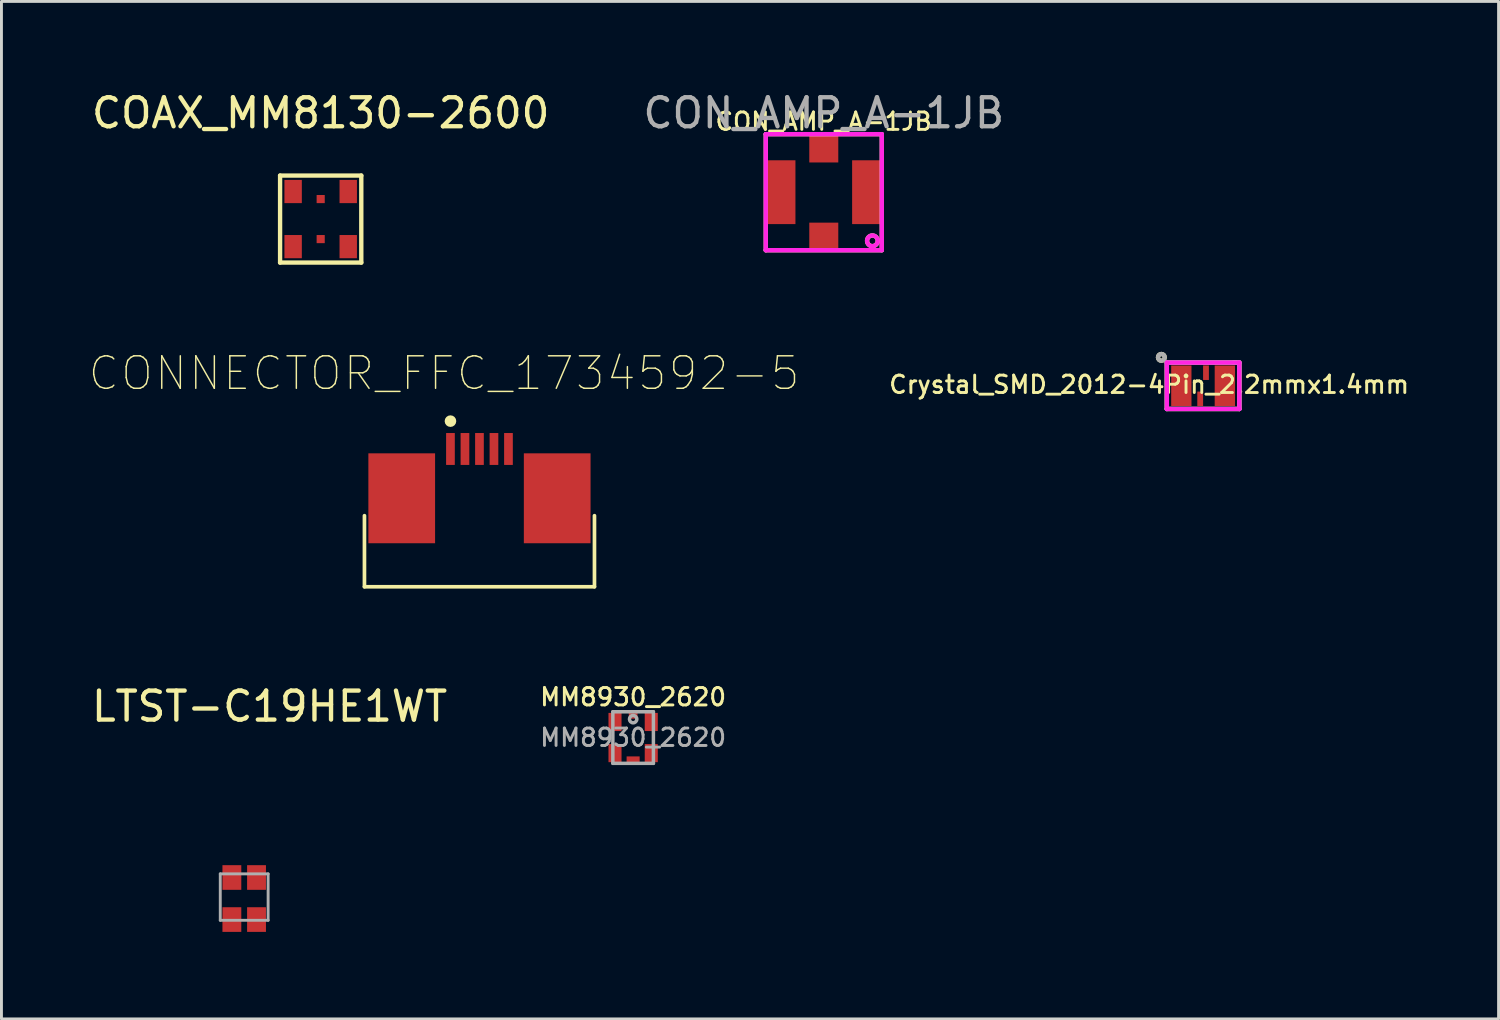
<source format=kicad_pcb>
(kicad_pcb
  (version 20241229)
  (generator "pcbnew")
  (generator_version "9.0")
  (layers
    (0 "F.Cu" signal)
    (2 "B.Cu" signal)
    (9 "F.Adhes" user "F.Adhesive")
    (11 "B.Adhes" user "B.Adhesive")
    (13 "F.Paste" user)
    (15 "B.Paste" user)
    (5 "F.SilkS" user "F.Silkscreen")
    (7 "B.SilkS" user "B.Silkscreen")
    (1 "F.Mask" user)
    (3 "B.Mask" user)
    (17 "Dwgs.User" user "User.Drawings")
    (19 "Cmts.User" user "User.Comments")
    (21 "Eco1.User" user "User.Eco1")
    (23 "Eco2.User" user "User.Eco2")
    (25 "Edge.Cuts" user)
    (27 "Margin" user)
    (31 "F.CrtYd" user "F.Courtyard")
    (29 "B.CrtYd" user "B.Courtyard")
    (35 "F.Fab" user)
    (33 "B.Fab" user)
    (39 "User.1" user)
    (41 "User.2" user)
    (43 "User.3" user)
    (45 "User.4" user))
  (footprint "COAX_MM8130-2600"
    (layer "F.Cu")
    (at 8.006 4.478)
    (property "Reference" "COAX_MM8130-2600" (at 0 -3.63 0) (layer "F.SilkS") (effects (font (size 1 1) (thickness 0.15))))
    (attr through_hole)
    (fp_line (start -1.4 -1.475) (end 1.4 -1.475) (stroke (width 0.15) (type solid)) (layer "F.SilkS"))
    (fp_line (start -1.4 1.525) (end -1.4 -1.475) (stroke (width 0.15) (type solid)) (layer "F.SilkS"))
    (fp_line (start 1.4 -1.475) (end 1.4 1.525) (stroke (width 0.15) (type solid)) (layer "F.SilkS"))
    (fp_line (start 1.4 1.525) (end -1.4 1.525) (stroke (width 0.15) (type solid)) (layer "F.SilkS"))
    (pad "1" smd rect (at 0 -0.665) (size 0.28 0.28) (layers "F.Cu" "F.Mask" "F.Paste"))
    (pad "2" smd rect (at 0 0.715) (size 0.28 0.28) (layers "F.Cu" "F.Mask" "F.Paste"))
    (pad "3" smd rect (at -0.95 -0.925) (size 0.6 0.8) (layers "F.Cu" "F.Mask" "F.Paste"))
    (pad "3" smd rect (at -0.95 0.975) (size 0.6 0.8) (layers "F.Cu" "F.Mask" "F.Paste"))
    (pad "3" smd rect (at 0.95 -0.925) (size 0.6 0.8) (layers "F.Cu" "F.Mask" "F.Paste"))
    (pad "3" smd rect (at 0.95 0.975) (size 0.6 0.8) (layers "F.Cu" "F.Mask" "F.Paste")))
  (footprint "CONNECTOR_FFC_1734592-5"
    (layer "F.Cu")
    (at 13.48 14.979)
    (property "Reference" "CONNECTOR_FFC_1734592-5" (at -1.22 -5.158 0) (layer "F.SilkS") (effects (font (size 1.12 1.12) (thickness 0.05))))
    (attr smd)
    (fp_line (start -3.965 2.2) (end -3.965 -0.25) (stroke (width 0.127) (type solid)) (layer "F.SilkS"))
    (fp_line (start -3.965 2.2) (end 3.965 2.2) (stroke (width 0.127) (type solid)) (layer "F.SilkS"))
    (fp_line (start 3.965 2.2) (end 3.965 -0.25) (stroke (width 0.127) (type solid)) (layer "F.SilkS"))
    (fp_circle (center -1 -3.51) (end -0.9 -3.51) (stroke (width 0.2) (type solid)) (fill no) (layer "F.SilkS"))
    (fp_line (start -4.215 -2.65) (end -1.4 -2.65) (stroke (width 0.05) (type solid)) (layer "Eco1.User"))
    (fp_line (start -4.215 2.45) (end -4.215 -2.65) (stroke (width 0.05) (type solid)) (layer "Eco1.User"))
    (fp_line (start -1.4 -3.35) (end 1.4 -3.35) (stroke (width 0.05) (type solid)) (layer "Eco1.User"))
    (fp_line (start -1.4 -2.65) (end -1.4 -3.35) (stroke (width 0.05) (type solid)) (layer "Eco1.User"))
    (fp_line (start 1.4 -3.35) (end 1.4 -2.65) (stroke (width 0.05) (type solid)) (layer "Eco1.User"))
    (fp_line (start 1.4 -2.65) (end 4.215 -2.65) (stroke (width 0.05) (type solid)) (layer "Eco1.User"))
    (fp_line (start 4.215 -2.65) (end 4.215 2.45) (stroke (width 0.05) (type solid)) (layer "Eco1.User"))
    (fp_line (start 4.215 2.45) (end -4.215 2.45) (stroke (width 0.05) (type solid)) (layer "Eco1.User"))
    (fp_line (start -3.965 0.6) (end -3.31 0.6) (stroke (width 0.127) (type solid)) (layer "Eco2.User"))
    (fp_line (start -3.965 2.2) (end -3.965 0.6) (stroke (width 0.127) (type solid)) (layer "Eco2.User"))
    (fp_line (start -3.31 -2.2) (end 3.31 -2.2) (stroke (width 0.127) (type solid)) (layer "Eco2.User"))
    (fp_line (start -3.31 0.6) (end -3.31 -2.2) (stroke (width 0.127) (type solid)) (layer "Eco2.User"))
    (fp_line (start 3.31 -2.2) (end 3.31 0.6) (stroke (width 0.127) (type solid)) (layer "Eco2.User"))
    (fp_line (start 3.31 0.6) (end 3.965 0.6) (stroke (width 0.127) (type solid)) (layer "Eco2.User"))
    (fp_line (start 3.965 0.6) (end 3.965 2.2) (stroke (width 0.127) (type solid)) (layer "Eco2.User"))
    (fp_line (start 3.965 2.2) (end -3.965 2.2) (stroke (width 0.127) (type solid)) (layer "Eco2.User"))
    (pad "1" smd rect (at -1 -2.55 90) (size 1.1 0.3) (layers "F.Cu" "F.Mask" "F.Paste"))
    (pad "2" smd rect (at -0.5 -2.55 90) (size 1.1 0.3) (layers "F.Cu" "F.Mask" "F.Paste"))
    (pad "3" smd rect (at 0 -2.55 90) (size 1.1 0.3) (layers "F.Cu" "F.Mask" "F.Paste"))
    (pad "4" smd rect (at 0.5 -2.55 90) (size 1.1 0.3) (layers "F.Cu" "F.Mask" "F.Paste"))
    (pad "5" smd rect (at 1 -2.55 90) (size 1.1 0.3) (layers "F.Cu" "F.Mask" "F.Paste"))
    (pad "S1" smd rect (at -2.68 -0.85 90) (size 3.1 2.3) (layers "F.Cu" "F.Mask" "F.Paste"))
    (pad "S1" smd rect (at 2.68 -0.85 90) (size 3.1 2.3) (layers "F.Cu" "F.Mask" "F.Paste")))
  (footprint "CON_AMP_A-1JB"
    (layer "F.Cu")
    (at 25.351 3.576)
    (property "Reference" "CON_AMP_A-1JB" (at 0 -2.438 0) (layer "F.SilkS") (effects (font (size 0.6 0.6) (thickness 0.1))))
    (attr smd)
    (fp_line (start -2 -2) (end 2 -2) (stroke (width 0.15) (type solid)) (layer "F.SilkS"))
    (fp_line (start -2 2) (end -2 -2) (stroke (width 0.15) (type solid)) (layer "F.SilkS"))
    (fp_line (start 2 -2) (end 2 2) (stroke (width 0.15) (type solid)) (layer "F.SilkS"))
    (fp_line (start 2 2) (end -2 2) (stroke (width 0.15) (type solid)) (layer "F.SilkS"))
    (fp_circle (center 1.676 1.676) (end 1.829 1.778) (stroke (width 0.15) (type solid)) (fill no) (layer "F.SilkS"))
    (fp_line (start -2 -2) (end 2 -2) (stroke (width 0.15) (type solid)) (layer "F.CrtYd"))
    (fp_line (start -2 2) (end -2 -2) (stroke (width 0.15) (type solid)) (layer "F.CrtYd"))
    (fp_line (start 2 -2) (end 2 2) (stroke (width 0.15) (type solid)) (layer "F.CrtYd"))
    (fp_line (start 2 2) (end -2 2) (stroke (width 0.15) (type solid)) (layer "F.CrtYd"))
    (fp_circle (center 1.676 1.676) (end 1.86 1.676) (stroke (width 0.15) (type solid)) (fill no) (layer "F.CrtYd"))
    (fp_text user "${REFERENCE}" (at 0 -2.728 0) (layer "F.Fab") (effects (font (size 1 1) (thickness 0.15))))
    (pad "1" smd rect (at 0 1.55) (size 1 1) (layers "F.Cu" "F.Mask" "F.Paste"))
    (pad "2" smd rect (at -1.502 0) (size 1.05 2.2) (layers "F.Cu" "F.Mask" "F.Paste"))
    (pad "2" smd rect (at 0 -1.55) (size 1 1.05) (layers "F.Cu" "F.Mask" "F.Paste"))
    (pad "2" smd rect (at 1.502 0) (size 1.05 2.2) (layers "F.Cu" "F.Mask" "F.Paste")))
  (footprint "LTST-C19HE1WT"
    (layer "F.Cu")
    (at 6.244 27.653)
    (property "Reference" "LTST-C19HE1WT" (at 0 -6.35 0) (layer "F.SilkS") (effects (font (size 1 1) (thickness 0.15))))
    (attr through_hole)
    (fp_line (start -1.7 -0.575) (end -0.05 -0.575) (stroke (width 0.1) (type solid)) (layer "F.Fab"))
    (fp_line (start -1.7 1.025) (end -1.7 -0.575) (stroke (width 0.1) (type solid)) (layer "F.Fab"))
    (fp_line (start -0.05 -0.575) (end -0.05 1.025) (stroke (width 0.1) (type solid)) (layer "F.Fab"))
    (fp_line (start -0.05 1.025) (end -1.7 1.025) (stroke (width 0.1) (type solid)) (layer "F.Fab"))
    (pad "1" smd rect (at -1.3 -0.45) (size 0.65 0.85) (layers "F.Cu" "F.Mask" "F.Paste"))
    (pad "2" smd rect (at -0.45 -0.45) (size 0.65 0.85) (layers "F.Cu" "F.Mask" "F.Paste"))
    (pad "3" smd rect (at -0.45 1) (size 0.65 0.85) (layers "F.Cu" "F.Mask" "F.Paste"))
    (pad "4" smd rect (at -1.3 1) (size 0.65 0.85) (layers "F.Cu" "F.Mask" "F.Paste")))
  (footprint "MM8930_2620"
    (layer "F.Cu")
    (at 18.778 22.378)
    (property "Reference" "MM8930_2620" (at 0 -1.397 0) (layer "F.SilkS") (effects (font (size 0.6 0.6) (thickness 0.1))))
    (attr through_hole)
    (fp_line (start -0.699 -0.889) (end 0.699 -0.889) (stroke (width 0.12) (type solid)) (layer "F.Fab"))
    (fp_line (start -0.699 0.889) (end -0.699 -0.889) (stroke (width 0.12) (type solid)) (layer "F.Fab"))
    (fp_line (start 0.699 -0.889) (end 0.699 0.889) (stroke (width 0.12) (type solid)) (layer "F.Fab"))
    (fp_line (start 0.699 0.889) (end -0.699 0.889) (stroke (width 0.12) (type solid)) (layer "F.Fab"))
    (fp_circle (center 0 -0.635) (end 0 -0.508) (stroke (width 0.12) (type solid)) (fill no) (layer "F.Fab"))
    (fp_text user "${REFERENCE}" (at 0 0 0) (layer "F.Fab") (effects (font (size 0.6 0.6) (thickness 0.1))))
    (pad "" smd rect (at 0 -0.512) (size 0.8 0.675) (layers "F.Mask"))
    (pad "" smd rect (at 0 0.512) (size 0.8 0.675) (layers "F.Mask"))
    (pad "1" smd rect (at 0 -0.775) (size 0.3 0.25) (layers "F.Cu" "F.Mask" "F.Paste"))
    (pad "2" smd rect (at 0 0.775) (size 0.45 0.25) (layers "F.Cu" "F.Mask" "F.Paste"))
    (pad "3" smd rect (at -0.625 -0.537) (size 0.45 0.625) (layers "F.Cu" "F.Mask" "F.Paste"))
    (pad "3" smd rect (at -0.625 0.537) (size 0.45 0.625) (layers "F.Cu" "F.Mask" "F.Paste"))
    (pad "3" smd rect (at 0.625 -0.537) (size 0.45 0.625) (layers "F.Cu" "F.Mask" "F.Paste"))
    (pad "3" smd rect (at 0.625 0.537) (size 0.45 0.625) (layers "F.Cu" "F.Mask" "F.Paste")))
  (footprint "Crystal_SMD_2012-4Pin_2.2mmx1.4mm"
    (layer "F.Cu")
    (at 38.428 10.25)
    (property "Reference" "Crystal_SMD_2012-4Pin_2.2mmx1.4mm" (at -1.86 -0.04 0) (layer "F.SilkS") (effects (font (size 0.6 0.6) (thickness 0.1))))
    (attr through_hole)
    (fp_line (start -1.25 -0.8) (end -1.25 0.8) (stroke (width 0.15) (type solid)) (layer "F.SilkS"))
    (fp_line (start -1.25 0.8) (end 1.25 0.8) (stroke (width 0.15) (type solid)) (layer "F.SilkS"))
    (fp_line (start 1.15 -0.8) (end -1.25 -0.8) (stroke (width 0.15) (type solid)) (layer "F.SilkS"))
    (fp_line (start 1.25 -0.8) (end 1.05 -0.8) (stroke (width 0.15) (type solid)) (layer "F.SilkS"))
    (fp_line (start 1.25 0.8) (end 1.25 -0.8) (stroke (width 0.15) (type solid)) (layer "F.SilkS"))
    (fp_circle (center -1.439 -0.98) (end -1.323 -0.98) (stroke (width 0.15) (type solid)) (fill no) (layer "F.SilkS"))
    (fp_line (start -1.25 -0.8) (end -1.25 0.8) (stroke (width 0.15) (type solid)) (layer "F.CrtYd"))
    (fp_line (start -1.25 0.8) (end 1.25 0.8) (stroke (width 0.15) (type solid)) (layer "F.CrtYd"))
    (fp_line (start 1.25 -0.8) (end -1.25 -0.8) (stroke (width 0.15) (type solid)) (layer "F.CrtYd"))
    (fp_line (start 1.25 0.8) (end 1.25 -0.8) (stroke (width 0.15) (type solid)) (layer "F.CrtYd"))
    (fp_line (start -1.25 -0.8) (end -1.25 0.8) (stroke (width 0.15) (type solid)) (layer "F.Fab"))
    (fp_line (start -1.25 0.8) (end 1.25 0.8) (stroke (width 0.15) (type solid)) (layer "F.Fab"))
    (fp_line (start 1.25 -0.8) (end -1.25 -0.8) (stroke (width 0.15) (type solid)) (layer "F.Fab"))
    (fp_line (start 1.25 0.8) (end 1.25 -0.8) (stroke (width 0.15) (type solid)) (layer "F.Fab"))
    (fp_circle (center -1.439 -0.98) (end -1.323 -0.98) (stroke (width 0.15) (type solid)) (fill no) (layer "F.Fab"))
    (pad "1" smd rect (at -0.75 0 90) (size 1.4 0.7) (layers "F.Cu" "F.Mask" "F.Paste"))
    (pad "2" smd rect (at -0.1 0.45 90) (size 0.5 0.2) (layers "F.Cu" "F.Mask" "F.Paste"))
    (pad "3" smd rect (at 0.75 0 90) (size 1.4 0.7) (layers "F.Cu" "F.Mask" "F.Paste"))
    (pad "4" smd rect (at 0.1 -0.45 90) (size 0.5 0.2) (layers "F.Cu" "F.Mask" "F.Paste")))
  (gr_rect
    (start -3 -3)
    (end 48.615 32.078)
    (stroke (width 0.1) (type default))
    (fill no)
    (layer "Edge.Cuts")))
</source>
